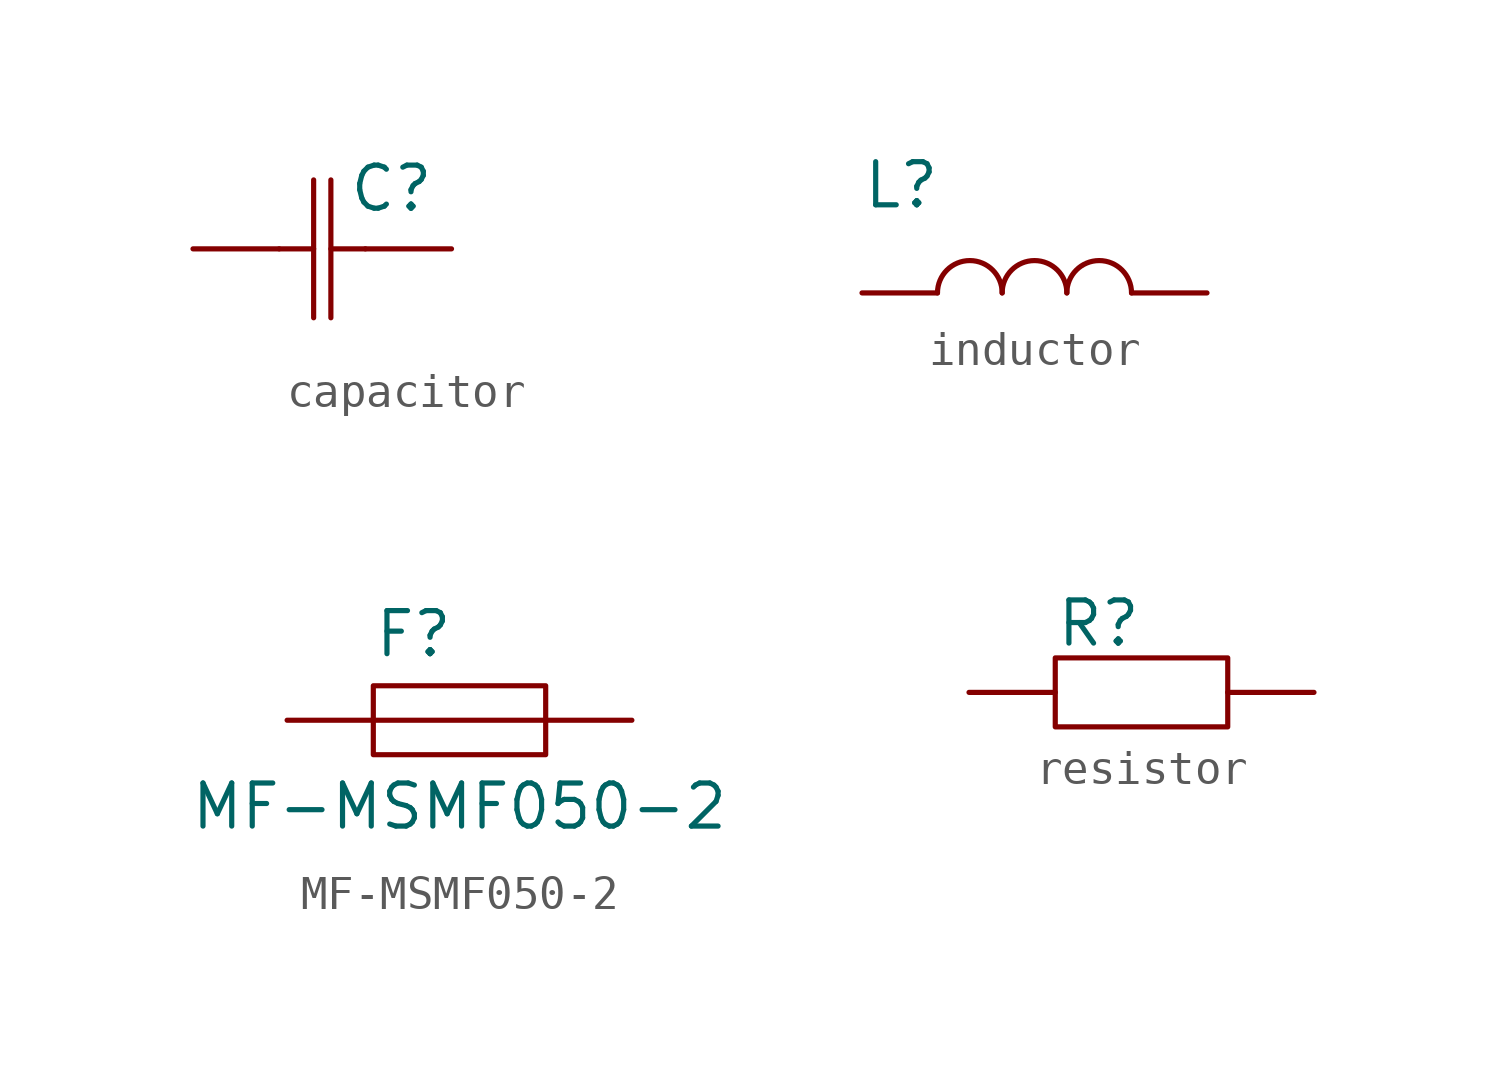
<source format=kicad_sym>
(kicad_symbol_lib
  (version 20231120)
  (generator "kicad_symbol_editor")
  (generator_version "8.0")
  (symbol "capacitor"
    (pin_numbers hide)
    (pin_names
      (offset 0) hide)
    (property "Reference" "C"
      (at 4.572 1.778 0)
      (effects (font (size 1.27 1.27)) (justify left)))
    (property "Value" ""
      (at 12.7 -2.54 0)
      (effects (font (size 1.27 1.27))))
    (symbol "capacitor_0_1"
      (polyline (pts (xy 3.556 0) (xy 2.54 0)) (stroke (width 0) (type solid)) (fill (type none)))
      (polyline (pts (xy 3.556 2.032) (xy 3.556 -2.032)) (stroke (width 0) (type solid)) (fill (type none)))
      (polyline (pts (xy 4.064 2.032) (xy 4.064 -2.032)) (stroke (width 0) (type solid)) (fill (type none)))
      (polyline (pts (xy 5.08 0) (xy 4.064 0)) (stroke (width 0) (type solid)) (fill (type none))))
    (symbol "capacitor_1_1"
      (pin passive line (at 0 0 0) (length 2.54) (name "1" (effects (font (size 1.27 1.27)))) (number "1" (effects (font (size 1.27 1.27)))))
      (pin passive line (at 7.62 0 180) (length 2.54) (name "2" (effects (font (size 1.27 1.27)))) (number "2" (effects (font (size 1.27 1.27)))))))
  (symbol "inductor"
    (pin_numbers hide)
    (pin_names
      (offset 0) hide)
    (property "Reference" "L"
      (at 0 3.175 0)
      (effects (font (size 1.27 1.27)) (justify left)))
    (property "Value" ""
      (at 5.08 0 0)
      (effects (font (size 1.27 1.27))))
    (symbol "inductor_0_1"
      (arc (start 4.1275 0) (mid 3.175 0.9525) (end 2.2225 0) (stroke (width 0) (type default)) (fill (type none)))
      (arc (start 6.0325 0) (mid 5.08 0.9525) (end 4.1275 0) (stroke (width 0) (type default)) (fill (type none)))
      (arc (start 7.9375 0) (mid 6.985 0.9525) (end 6.0325 0) (stroke (width 0) (type default)) (fill (type none))))
    (symbol "inductor_1_1"
      (pin passive line (at 0 0 0) (length 2.223) (name "1" (effects (font (size 1.27 1.27)))) (number "1" (effects (font (size 1.27 1.27)))))
      (pin passive line (at 10.16 0 180) (length 2.223) (name "2" (effects (font (size 1.27 1.27)))) (number "2" (effects (font (size 1.27 1.27)))))))
  (symbol "MF-MSMF050-2"
    (pin_numbers hide)
    (pin_names
      (offset 1.016) hide)
    (property "Reference" "F"
      (at 0 2.54 0)
      (effects (font (size 1.27 1.27)) (justify left)))
    (property "Value" "MF-MSMF050-2"
      (at 2.54 -2.54 0)
      (effects (font (size 1.27 1.27))))
    (symbol "MF-MSMF050-2_0_1"
      (polyline (pts (xy 0 0) (xy 5.08 0)) (stroke (width 0) (type solid)) (fill (type none))))
    (symbol "MF-MSMF050-2_1_1"
      (rectangle (start 0 1.016) (end 5.08 -1.016) (stroke (width 0) (type solid)) (fill (type none)))
      (pin passive line (at -2.54 0 0) (length 2.54) (name "1" (effects (font (size 1.27 1.27)))) (number "1" (effects (font (size 1.27 1.27)))))
      (pin passive line (at 7.62 0 180) (length 2.54) (name "2" (effects (font (size 1.27 1.27)))) (number "2" (effects (font (size 1.27 1.27)))))))
  (symbol "resistor"
    (pin_numbers hide)
    (pin_names
      (offset 0) hide)
    (property "Reference" "R"
      (at 2.54 2.032 0)
      (effects (font (size 1.27 1.27)) (justify left)))
    (property "Value" ""
      (at 5.08 0 0)
      (effects (font (size 1.27 1.27))))
    (symbol "resistor_0_1"
      (rectangle (start 2.54 1.016) (end 7.62 -1.016) (stroke (width 0) (type solid)) (fill (type none))))
    (symbol "resistor_1_1"
      (pin passive line (at 0 0 0) (length 2.54) (name "1" (effects (font (size 1.27 1.27)))) (number "1" (effects (font (size 1.27 1.27)))))
      (pin passive line (at 10.16 0 180) (length 2.54) (name "2" (effects (font (size 1.27 1.27)))) (number "2" (effects (font (size 1.27 1.27))))))))
</source>
